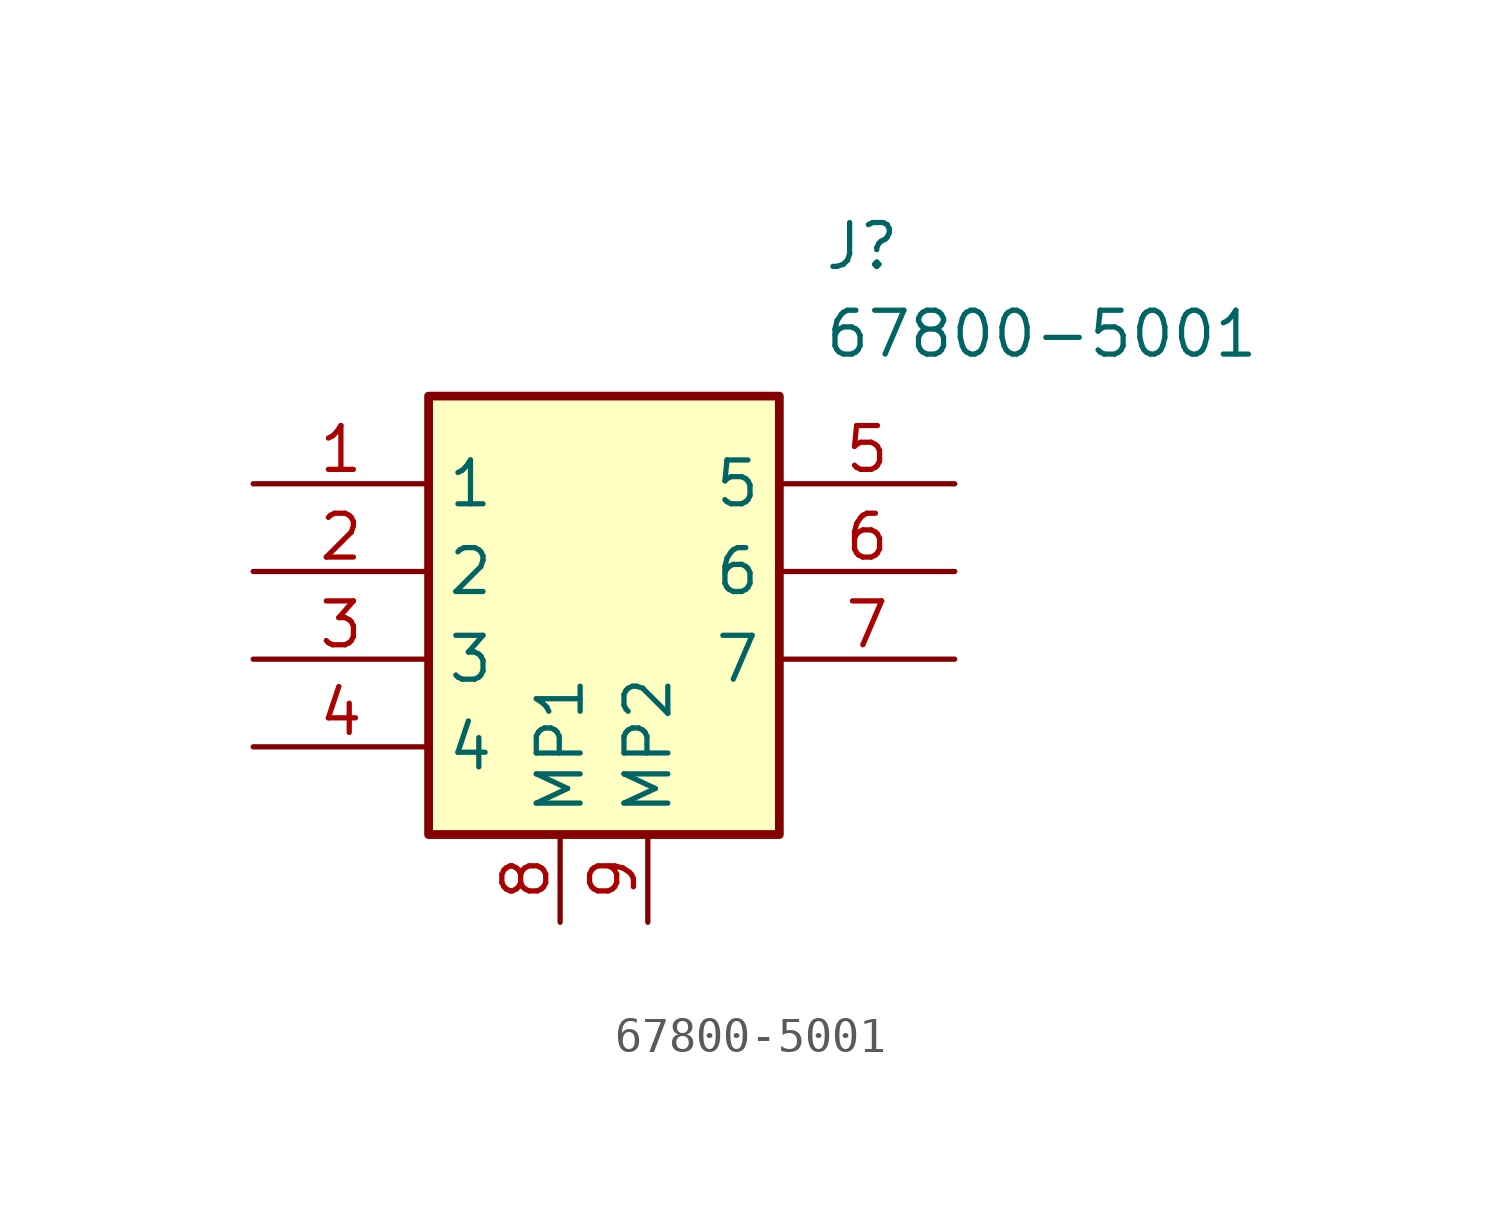
<source format=kicad_sym>
(kicad_symbol_lib
  (version 20231120)
  (generator "kicad_symbol_editor")
  (generator_version "8.0")
  (symbol "67800-5001"
    (property "Reference" "J"
      (at 16.51 7.62 0)
      (effects (font (size 1.27 1.27)) (justify left top)))
    (property "Value" "67800-5001"
      (at 16.51 5.08 0)
      (effects (font (size 1.27 1.27)) (justify left top)))
    (symbol "67800-5001_1_1"
      (rectangle (start 5.08 2.54) (end 15.24 -10.16) (stroke (width 0.254) (type default)) (fill (type background)))
      (pin passive line (at 0 0 0) (length 5.08) (name "1" (effects (font (size 1.27 1.27)))) (number "1" (effects (font (size 1.27 1.27)))))
      (pin passive line (at 0 -2.54 0) (length 5.08) (name "2" (effects (font (size 1.27 1.27)))) (number "2" (effects (font (size 1.27 1.27)))))
      (pin passive line (at 0 -5.08 0) (length 5.08) (name "3" (effects (font (size 1.27 1.27)))) (number "3" (effects (font (size 1.27 1.27)))))
      (pin passive line (at 0 -7.62 0) (length 5.08) (name "4" (effects (font (size 1.27 1.27)))) (number "4" (effects (font (size 1.27 1.27)))))
      (pin passive line (at 20.32 0 180) (length 5.08) (name "5" (effects (font (size 1.27 1.27)))) (number "5" (effects (font (size 1.27 1.27)))))
      (pin passive line (at 20.32 -2.54 180) (length 5.08) (name "6" (effects (font (size 1.27 1.27)))) (number "6" (effects (font (size 1.27 1.27)))))
      (pin passive line (at 20.32 -5.08 180) (length 5.08) (name "7" (effects (font (size 1.27 1.27)))) (number "7" (effects (font (size 1.27 1.27)))))
      (pin power_out line (at 8.89 -12.7 90) (length 2.54) (name "MP1" (effects (font (size 1.27 1.27)))) (number "8" (effects (font (size 1.27 1.27)))))
      (pin power_out line (at 11.43 -12.7 90) (length 2.54) (name "MP2" (effects (font (size 1.27 1.27)))) (number "9" (effects (font (size 1.27 1.27))))))))
</source>
